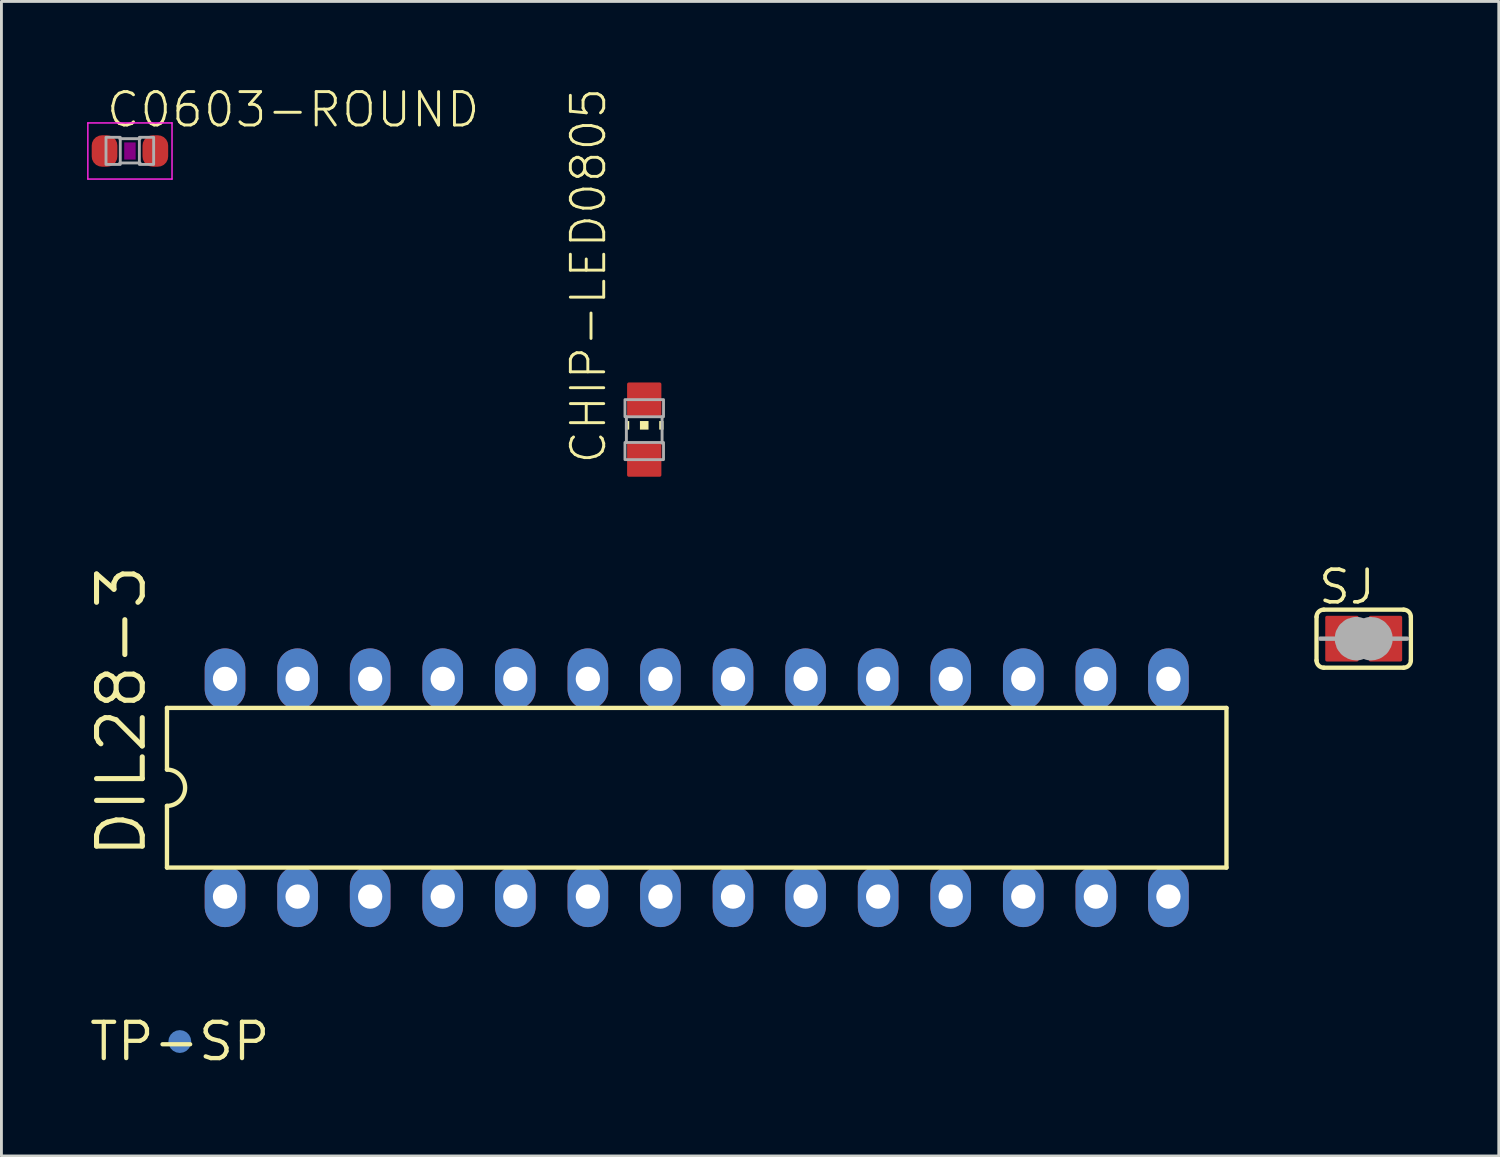
<source format=kicad_pcb>
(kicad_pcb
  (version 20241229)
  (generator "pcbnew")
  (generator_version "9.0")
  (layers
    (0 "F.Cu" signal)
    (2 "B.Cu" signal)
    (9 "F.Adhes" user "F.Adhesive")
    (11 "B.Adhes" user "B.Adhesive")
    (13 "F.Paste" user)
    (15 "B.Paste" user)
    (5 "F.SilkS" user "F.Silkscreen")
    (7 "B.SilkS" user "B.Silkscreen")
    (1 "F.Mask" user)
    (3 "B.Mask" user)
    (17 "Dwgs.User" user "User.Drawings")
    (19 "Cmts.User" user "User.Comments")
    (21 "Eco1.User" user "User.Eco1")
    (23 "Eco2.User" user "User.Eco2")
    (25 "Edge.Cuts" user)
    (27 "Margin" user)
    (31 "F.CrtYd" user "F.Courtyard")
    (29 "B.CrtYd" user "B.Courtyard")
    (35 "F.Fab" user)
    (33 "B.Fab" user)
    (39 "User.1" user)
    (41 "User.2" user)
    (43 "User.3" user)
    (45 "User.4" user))
  (footprint "TP-SP"
    (layer "F.Cu")
    (at 3.243 33.405)
    (property "Reference" "TP-SP" (at 0 0 0) (layer "F.SilkS") (effects (font (size 1.27 1.27) (thickness 0.15))))
    (pad "X" smd roundrect (at 0 0) (size 0.8 0.8) (layers "B.Cu" "B.Mask") (roundrect_rratio 0.5)))
  (footprint "CHIP-LED0805"
    (layer "F.Cu")
    (at 19.499 11.987)
    (property "Reference" "CHIP-LED0805" (at -1.27 1.27 90) (layer "F.SilkS") (effects (font (size 1.168 1.168) (thickness 0.102)) (justify left bottom)))
    (fp_poly (pts (xy -0.675 0) (xy -0.525 0) (xy -0.525 -0.3) (xy -0.675 -0.3)) (stroke (width 0) (type solid)) (fill yes) (layer "F.SilkS"))
    (fp_poly (pts (xy -0.15 0) (xy 0.15 0) (xy 0.15 -0.3) (xy -0.15 -0.3)) (stroke (width 0) (type solid)) (fill yes) (layer "F.SilkS"))
    (fp_poly (pts (xy 0.525 0) (xy 0.675 0) (xy 0.675 -0.3) (xy 0.525 -0.3)) (stroke (width 0) (type solid)) (fill yes) (layer "F.SilkS"))
    (fp_line (start -0.625 -0.45) (end -0.625 0.45) (stroke (width 0.102) (type solid)) (layer "F.Fab"))
    (fp_line (start 0.625 -0.45) (end 0.625 0.475) (stroke (width 0.102) (type solid)) (layer "F.Fab"))
    (fp_poly (pts (xy -0.675 -0.45) (xy 0.675 -0.45) (xy 0.675 -1.05) (xy -0.675 -1.05)) (stroke (width 0.1) (type solid)) (fill no) (layer "F.Fab"))
    (fp_poly (pts (xy -0.675 1.05) (xy 0.675 1.05) (xy 0.675 0.45) (xy -0.675 0.45)) (stroke (width 0.1) (type solid)) (fill no) (layer "F.Fab"))
    (pad "A" smd roundrect (at 0 1.05) (size 1.2 1.2) (layers "F.Cu" "F.Mask" "F.Paste") (roundrect_rratio 0.05))
    (pad "C" smd roundrect (at 0 -1.05) (size 1.2 1.2) (layers "F.Cu" "F.Mask" "F.Paste") (roundrect_rratio 0.05)))
  (footprint "DIL28-3"
    (layer "F.Cu")
    (at 21.336 24.522)
    (property "Reference" "DIL28-3" (at -19.202 2.54 90) (layer "F.SilkS") (effects (font (size 1.6 1.6) (thickness 0.178)) (justify left bottom)))
    (fp_line (start -18.542 -2.794) (end -18.542 -0.635) (stroke (width 0.152) (type solid)) (layer "F.SilkS"))
    (fp_line (start -18.542 -2.794) (end 18.542 -2.794) (stroke (width 0.152) (type solid)) (layer "F.SilkS"))
    (fp_line (start -18.542 0.635) (end -18.542 2.794) (stroke (width 0.152) (type solid)) (layer "F.SilkS"))
    (fp_line (start -18.542 2.794) (end 18.542 2.794) (stroke (width 0.152) (type solid)) (layer "F.SilkS"))
    (fp_line (start 18.542 -2.794) (end 18.542 2.794) (stroke (width 0.152) (type solid)) (layer "F.SilkS"))
    (fp_arc (start -18.542 -0.635) (mid -17.907 0) (end -18.542 0.635) (stroke (width 0.1524) (type solid)) (layer "F.SilkS"))
    (pad "1" thru_hole oval (at -16.51 3.81 90) (size 2.134 1.422) (drill 0.85) (layers "*.Cu" "*.Mask"))
    (pad "2" thru_hole oval (at -13.97 3.81 90) (size 2.134 1.422) (drill 0.85) (layers "*.Cu" "*.Mask"))
    (pad "3" thru_hole oval (at -11.43 3.81 90) (size 2.134 1.422) (drill 0.85) (layers "*.Cu" "*.Mask"))
    (pad "4" thru_hole oval (at -8.89 3.81 90) (size 2.134 1.422) (drill 0.85) (layers "*.Cu" "*.Mask"))
    (pad "5" thru_hole oval (at -6.35 3.81 90) (size 2.134 1.422) (drill 0.85) (layers "*.Cu" "*.Mask"))
    (pad "6" thru_hole oval (at -3.81 3.81 90) (size 2.134 1.422) (drill 0.85) (layers "*.Cu" "*.Mask"))
    (pad "7" thru_hole oval (at -1.27 3.81 90) (size 2.134 1.422) (drill 0.85) (layers "*.Cu" "*.Mask"))
    (pad "8" thru_hole oval (at 1.27 3.81 90) (size 2.134 1.422) (drill 0.85) (layers "*.Cu" "*.Mask"))
    (pad "9" thru_hole oval (at 3.81 3.81 90) (size 2.134 1.422) (drill 0.85) (layers "*.Cu" "*.Mask"))
    (pad "10" thru_hole oval (at 6.35 3.81 90) (size 2.134 1.422) (drill 0.85) (layers "*.Cu" "*.Mask"))
    (pad "11" thru_hole oval (at 8.89 3.81 90) (size 2.134 1.422) (drill 0.85) (layers "*.Cu" "*.Mask"))
    (pad "12" thru_hole oval (at 11.43 3.81 90) (size 2.134 1.422) (drill 0.85) (layers "*.Cu" "*.Mask"))
    (pad "13" thru_hole oval (at 13.97 3.81 90) (size 2.134 1.422) (drill 0.85) (layers "*.Cu" "*.Mask"))
    (pad "14" thru_hole oval (at 16.51 3.81 90) (size 2.134 1.422) (drill 0.85) (layers "*.Cu" "*.Mask"))
    (pad "15" thru_hole oval (at 16.51 -3.81 90) (size 2.134 1.422) (drill 0.85) (layers "*.Cu" "*.Mask"))
    (pad "16" thru_hole oval (at 13.97 -3.81 90) (size 2.134 1.422) (drill 0.85) (layers "*.Cu" "*.Mask"))
    (pad "17" thru_hole oval (at 11.43 -3.81 90) (size 2.134 1.422) (drill 0.85) (layers "*.Cu" "*.Mask"))
    (pad "18" thru_hole oval (at 8.89 -3.81 90) (size 2.134 1.422) (drill 0.85) (layers "*.Cu" "*.Mask"))
    (pad "19" thru_hole oval (at 6.35 -3.81 90) (size 2.134 1.422) (drill 0.85) (layers "*.Cu" "*.Mask"))
    (pad "20" thru_hole oval (at 3.81 -3.81 90) (size 2.134 1.422) (drill 0.85) (layers "*.Cu" "*.Mask"))
    (pad "21" thru_hole oval (at 1.27 -3.81 90) (size 2.134 1.422) (drill 0.85) (layers "*.Cu" "*.Mask"))
    (pad "22" thru_hole oval (at -1.27 -3.81 90) (size 2.134 1.422) (drill 0.85) (layers "*.Cu" "*.Mask"))
    (pad "23" thru_hole oval (at -3.81 -3.81 90) (size 2.134 1.422) (drill 0.85) (layers "*.Cu" "*.Mask"))
    (pad "24" thru_hole oval (at -6.35 -3.81 90) (size 2.134 1.422) (drill 0.85) (layers "*.Cu" "*.Mask"))
    (pad "25" thru_hole oval (at -8.89 -3.81 90) (size 2.134 1.422) (drill 0.85) (layers "*.Cu" "*.Mask"))
    (pad "26" thru_hole oval (at -11.43 -3.81 90) (size 2.134 1.422) (drill 0.85) (layers "*.Cu" "*.Mask"))
    (pad "27" thru_hole oval (at -13.97 -3.81 90) (size 2.134 1.422) (drill 0.85) (layers "*.Cu" "*.Mask"))
    (pad "28" thru_hole oval (at -16.51 -3.81 90) (size 2.134 1.422) (drill 0.85) (layers "*.Cu" "*.Mask")))
  (footprint "C0603-ROUND"
    (layer "F.Cu")
    (at 1.498 2.235)
    (property "Reference" "C0603-ROUND" (at -0.889 -0.762 0) (layer "F.SilkS") (effects (font (size 1.168 1.168) (thickness 0.102)) (justify left bottom)))
    (fp_poly (pts (xy -0.2 0.3) (xy 0.2 0.3) (xy 0.2 -0.3) (xy -0.2 -0.3)) (stroke (width 0) (type solid)) (fill yes) (layer "F.Adhes"))
    (fp_line (start -1.473 -0.983) (end 1.473 -0.983) (stroke (width 0.051) (type solid)) (layer "F.CrtYd"))
    (fp_line (start -1.473 0.983) (end -1.473 -0.983) (stroke (width 0.051) (type solid)) (layer "F.CrtYd"))
    (fp_line (start 1.473 -0.983) (end 1.473 0.983) (stroke (width 0.051) (type solid)) (layer "F.CrtYd"))
    (fp_line (start 1.473 0.983) (end -1.473 0.983) (stroke (width 0.051) (type solid)) (layer "F.CrtYd"))
    (fp_line (start -0.356 -0.432) (end 0.356 -0.432) (stroke (width 0.102) (type solid)) (layer "F.Fab"))
    (fp_line (start -0.356 0.419) (end 0.356 0.419) (stroke (width 0.102) (type solid)) (layer "F.Fab"))
    (fp_poly (pts (xy -0.838 0.47) (xy -0.338 0.47) (xy -0.338 -0.48) (xy -0.838 -0.48)) (stroke (width 0.1) (type solid)) (fill no) (layer "F.Fab"))
    (fp_poly (pts (xy 0.33 0.47) (xy 0.83 0.47) (xy 0.83 -0.48) (xy 0.33 -0.48)) (stroke (width 0.1) (type solid)) (fill no) (layer "F.Fab"))
    (pad "1" smd roundrect (at -0.889 0 90) (size 1.1 0.898) (layers "F.Cu" "F.Mask" "F.Paste") (roundrect_rratio 0.4))
    (pad "2" smd roundrect (at 0.889 0 90) (size 1.1 0.898) (layers "F.Cu" "F.Mask" "F.Paste") (roundrect_rratio 0.4)))
  (footprint "SJ"
    (layer "F.Cu")
    (at 44.681 19.304)
    (property "Reference" "SJ" (at -1.651 -1.143 0) (layer "F.SilkS") (effects (font (size 1.143 1.143) (thickness 0.127)) (justify left bottom)))
    (fp_poly (pts (xy -0.076 0.914) (xy 0.076 0.914) (xy 0.076 -0.914) (xy -0.076 -0.914)) (stroke (width 0) (type solid)) (fill yes) (layer "F.Mask"))
    (fp_line (start -1.651 0.762) (end -1.651 -0.762) (stroke (width 0.152) (type solid)) (layer "F.SilkS"))
    (fp_line (start -1.397 -1.016) (end 1.397 -1.016) (stroke (width 0.152) (type solid)) (layer "F.SilkS"))
    (fp_line (start 1.397 1.016) (end -1.397 1.016) (stroke (width 0.152) (type solid)) (layer "F.SilkS"))
    (fp_line (start 1.651 0.762) (end 1.651 -0.762) (stroke (width 0.152) (type solid)) (layer "F.SilkS"))
    (fp_arc (start -1.651 -0.762) (mid -1.576605 -0.941605) (end -1.397 -1.016) (stroke (width 0.1524) (type solid)) (layer "F.SilkS"))
    (fp_arc (start -1.397 1.016) (mid -1.576605 0.941605) (end -1.651 0.762) (stroke (width 0.1524) (type solid)) (layer "F.SilkS"))
    (fp_arc (start 1.397 -1.016) (mid 1.576605 -0.941605) (end 1.651 -0.762) (stroke (width 0.1524) (type solid)) (layer "F.SilkS"))
    (fp_arc (start 1.651 0.762) (mid 1.576605 0.941605) (end 1.397 1.016) (stroke (width 0.1524) (type solid)) (layer "F.SilkS"))
    (fp_line (start -1.016 0) (end -1.524 0) (stroke (width 0.152) (type solid)) (layer "F.Fab"))
    (fp_line (start 1.016 0) (end 1.524 0) (stroke (width 0.152) (type solid)) (layer "F.Fab"))
    (fp_arc (start -0.254 0.127) (mid -0.381 0) (end -0.254 -0.127) (stroke (width 1.27) (type solid)) (layer "F.Fab"))
    (fp_arc (start 0.254 -0.127) (mid 0.381 0) (end 0.254 0.127) (stroke (width 1.27) (type solid)) (layer "F.Fab"))
    (pad "1" smd roundrect (at -0.762 0) (size 1.168 1.6) (layers "F.Cu" "F.Mask" "F.Paste") (roundrect_rratio 0.05))
    (pad "2" smd roundrect (at 0.762 0) (size 1.168 1.6) (layers "F.Cu" "F.Mask" "F.Paste") (roundrect_rratio 0.05)))
  (gr_rect
    (start -3 -3)
    (end 49.409 37.411)
    (stroke (width 0.1) (type default))
    (fill no)
    (layer "Edge.Cuts")))
</source>
